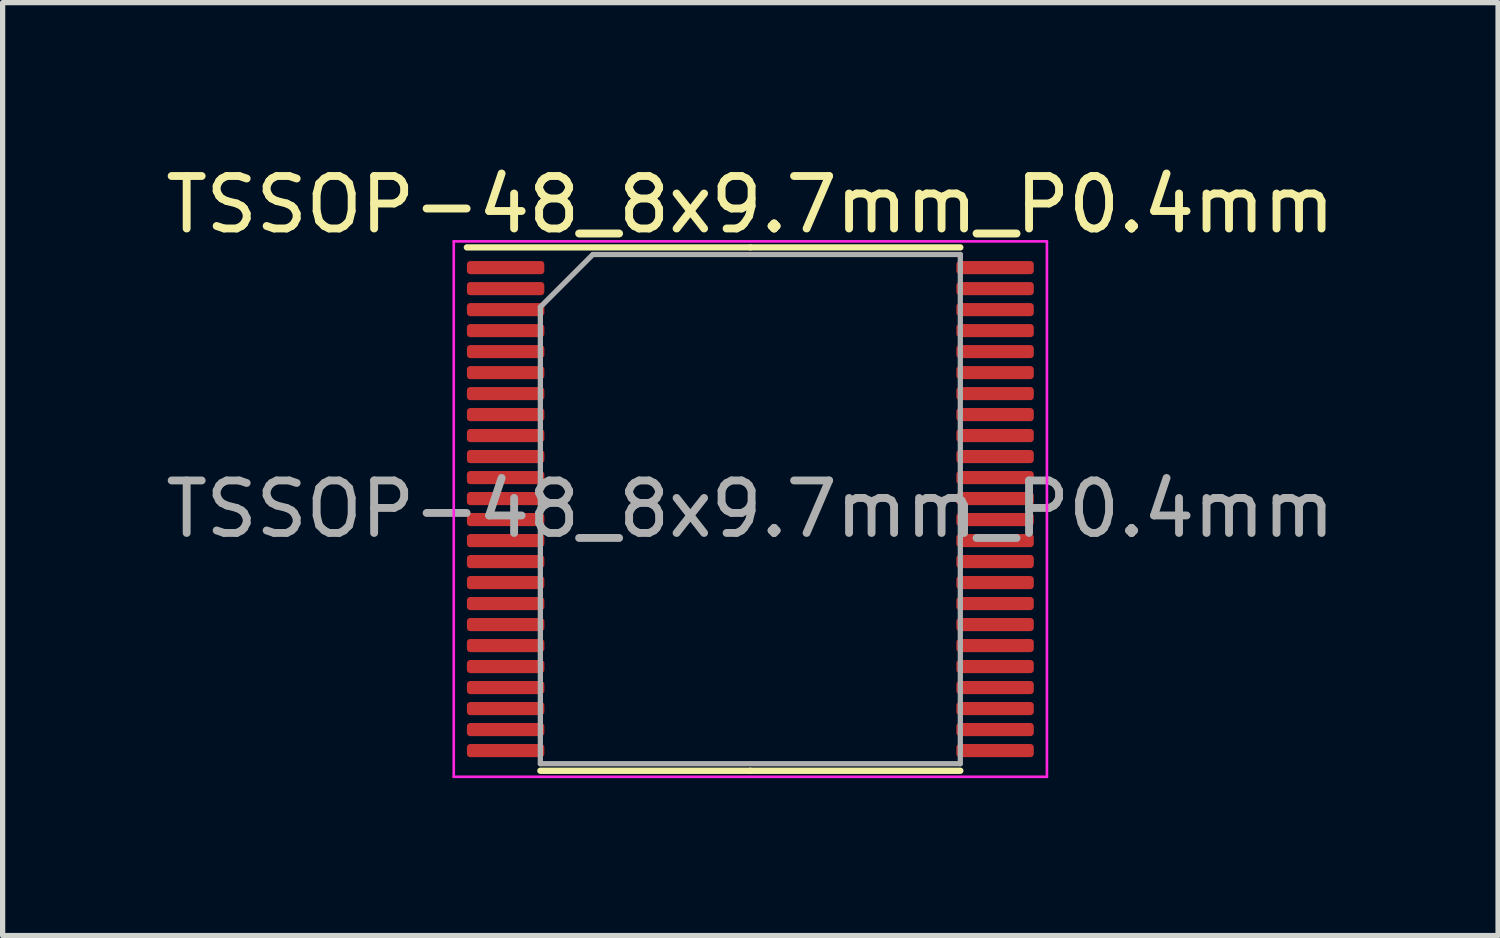
<source format=kicad_pcb>
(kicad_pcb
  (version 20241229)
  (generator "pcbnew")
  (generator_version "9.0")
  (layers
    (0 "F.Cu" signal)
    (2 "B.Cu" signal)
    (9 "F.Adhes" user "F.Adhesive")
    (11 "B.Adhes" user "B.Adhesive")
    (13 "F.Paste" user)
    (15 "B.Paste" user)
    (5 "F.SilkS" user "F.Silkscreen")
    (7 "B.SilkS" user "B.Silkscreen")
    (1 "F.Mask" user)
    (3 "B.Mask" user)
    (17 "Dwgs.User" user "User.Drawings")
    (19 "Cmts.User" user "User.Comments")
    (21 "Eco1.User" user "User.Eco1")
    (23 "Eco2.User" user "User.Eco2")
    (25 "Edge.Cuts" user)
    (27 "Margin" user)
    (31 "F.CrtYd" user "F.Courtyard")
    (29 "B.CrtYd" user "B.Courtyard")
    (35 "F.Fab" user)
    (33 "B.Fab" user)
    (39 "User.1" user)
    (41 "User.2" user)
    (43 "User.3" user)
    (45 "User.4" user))
  (footprint "TSSOP-48_8x9.7mm_P0.4mm"
    (layer "F.Cu")
    (at 11.244 6.648)
    (property "Reference" "TSSOP-48_8x9.7mm_P0.4mm" (at 0 -5.8 0) (layer "F.SilkS") (effects (font (size 1 1) (thickness 0.15))))
    (attr smd)
    (fp_line (start 0 -4.985) (end -5.4 -4.985) (stroke (width 0.12) (type solid)) (layer "F.SilkS"))
    (fp_line (start 0 -4.985) (end 4 -4.985) (stroke (width 0.12) (type solid)) (layer "F.SilkS"))
    (fp_line (start 0 4.985) (end -4 4.985) (stroke (width 0.12) (type solid)) (layer "F.SilkS"))
    (fp_line (start 0 4.985) (end 4 4.985) (stroke (width 0.12) (type solid)) (layer "F.SilkS"))
    (fp_line (start -5.65 -5.1) (end -5.65 5.1) (stroke (width 0.05) (type solid)) (layer "F.CrtYd"))
    (fp_line (start -5.65 5.1) (end 5.65 5.1) (stroke (width 0.05) (type solid)) (layer "F.CrtYd"))
    (fp_line (start 5.65 -5.1) (end -5.65 -5.1) (stroke (width 0.05) (type solid)) (layer "F.CrtYd"))
    (fp_line (start 5.65 5.1) (end 5.65 -5.1) (stroke (width 0.05) (type solid)) (layer "F.CrtYd"))
    (fp_line (start -4 -3.85) (end -3 -4.85) (stroke (width 0.1) (type solid)) (layer "F.Fab"))
    (fp_line (start -4 4.85) (end -4 -3.85) (stroke (width 0.1) (type solid)) (layer "F.Fab"))
    (fp_line (start -3 -4.85) (end 4 -4.85) (stroke (width 0.1) (type solid)) (layer "F.Fab"))
    (fp_line (start 4 -4.85) (end 4 4.85) (stroke (width 0.1) (type solid)) (layer "F.Fab"))
    (fp_line (start 4 4.85) (end -4 4.85) (stroke (width 0.1) (type solid)) (layer "F.Fab"))
    (fp_text user "${REFERENCE}" (at 0 0 0) (layer "F.Fab") (effects (font (size 1 1) (thickness 0.15))))
    (pad "1" smd roundrect (at -4.662 -4.6) (size 1.475 0.25) (layers "F.Cu" "F.Mask" "F.Paste") (roundrect_rratio 0.25))
    (pad "2" smd roundrect (at -4.662 -4.2) (size 1.475 0.25) (layers "F.Cu" "F.Mask" "F.Paste") (roundrect_rratio 0.25))
    (pad "3" smd roundrect (at -4.662 -3.8) (size 1.475 0.25) (layers "F.Cu" "F.Mask" "F.Paste") (roundrect_rratio 0.25))
    (pad "4" smd roundrect (at -4.662 -3.4) (size 1.475 0.25) (layers "F.Cu" "F.Mask" "F.Paste") (roundrect_rratio 0.25))
    (pad "5" smd roundrect (at -4.662 -3) (size 1.475 0.25) (layers "F.Cu" "F.Mask" "F.Paste") (roundrect_rratio 0.25))
    (pad "6" smd roundrect (at -4.662 -2.6) (size 1.475 0.25) (layers "F.Cu" "F.Mask" "F.Paste") (roundrect_rratio 0.25))
    (pad "7" smd roundrect (at -4.662 -2.2) (size 1.475 0.25) (layers "F.Cu" "F.Mask" "F.Paste") (roundrect_rratio 0.25))
    (pad "8" smd roundrect (at -4.662 -1.8) (size 1.475 0.25) (layers "F.Cu" "F.Mask" "F.Paste") (roundrect_rratio 0.25))
    (pad "9" smd roundrect (at -4.662 -1.4) (size 1.475 0.25) (layers "F.Cu" "F.Mask" "F.Paste") (roundrect_rratio 0.25))
    (pad "10" smd roundrect (at -4.662 -1) (size 1.475 0.25) (layers "F.Cu" "F.Mask" "F.Paste") (roundrect_rratio 0.25))
    (pad "11" smd roundrect (at -4.662 -0.6) (size 1.475 0.25) (layers "F.Cu" "F.Mask" "F.Paste") (roundrect_rratio 0.25))
    (pad "12" smd roundrect (at -4.662 -0.2) (size 1.475 0.25) (layers "F.Cu" "F.Mask" "F.Paste") (roundrect_rratio 0.25))
    (pad "13" smd roundrect (at -4.662 0.2) (size 1.475 0.25) (layers "F.Cu" "F.Mask" "F.Paste") (roundrect_rratio 0.25))
    (pad "14" smd roundrect (at -4.662 0.6) (size 1.475 0.25) (layers "F.Cu" "F.Mask" "F.Paste") (roundrect_rratio 0.25))
    (pad "15" smd roundrect (at -4.662 1) (size 1.475 0.25) (layers "F.Cu" "F.Mask" "F.Paste") (roundrect_rratio 0.25))
    (pad "16" smd roundrect (at -4.662 1.4) (size 1.475 0.25) (layers "F.Cu" "F.Mask" "F.Paste") (roundrect_rratio 0.25))
    (pad "17" smd roundrect (at -4.662 1.8) (size 1.475 0.25) (layers "F.Cu" "F.Mask" "F.Paste") (roundrect_rratio 0.25))
    (pad "18" smd roundrect (at -4.662 2.2) (size 1.475 0.25) (layers "F.Cu" "F.Mask" "F.Paste") (roundrect_rratio 0.25))
    (pad "19" smd roundrect (at -4.662 2.6) (size 1.475 0.25) (layers "F.Cu" "F.Mask" "F.Paste") (roundrect_rratio 0.25))
    (pad "20" smd roundrect (at -4.662 3) (size 1.475 0.25) (layers "F.Cu" "F.Mask" "F.Paste") (roundrect_rratio 0.25))
    (pad "21" smd roundrect (at -4.662 3.4) (size 1.475 0.25) (layers "F.Cu" "F.Mask" "F.Paste") (roundrect_rratio 0.25))
    (pad "22" smd roundrect (at -4.662 3.8) (size 1.475 0.25) (layers "F.Cu" "F.Mask" "F.Paste") (roundrect_rratio 0.25))
    (pad "23" smd roundrect (at -4.662 4.2) (size 1.475 0.25) (layers "F.Cu" "F.Mask" "F.Paste") (roundrect_rratio 0.25))
    (pad "24" smd roundrect (at -4.662 4.6) (size 1.475 0.25) (layers "F.Cu" "F.Mask" "F.Paste") (roundrect_rratio 0.25))
    (pad "25" smd roundrect (at 4.662 4.6) (size 1.475 0.25) (layers "F.Cu" "F.Mask" "F.Paste") (roundrect_rratio 0.25))
    (pad "26" smd roundrect (at 4.662 4.2) (size 1.475 0.25) (layers "F.Cu" "F.Mask" "F.Paste") (roundrect_rratio 0.25))
    (pad "27" smd roundrect (at 4.662 3.8) (size 1.475 0.25) (layers "F.Cu" "F.Mask" "F.Paste") (roundrect_rratio 0.25))
    (pad "28" smd roundrect (at 4.662 3.4) (size 1.475 0.25) (layers "F.Cu" "F.Mask" "F.Paste") (roundrect_rratio 0.25))
    (pad "29" smd roundrect (at 4.662 3) (size 1.475 0.25) (layers "F.Cu" "F.Mask" "F.Paste") (roundrect_rratio 0.25))
    (pad "30" smd roundrect (at 4.662 2.6) (size 1.475 0.25) (layers "F.Cu" "F.Mask" "F.Paste") (roundrect_rratio 0.25))
    (pad "31" smd roundrect (at 4.662 2.2) (size 1.475 0.25) (layers "F.Cu" "F.Mask" "F.Paste") (roundrect_rratio 0.25))
    (pad "32" smd roundrect (at 4.662 1.8) (size 1.475 0.25) (layers "F.Cu" "F.Mask" "F.Paste") (roundrect_rratio 0.25))
    (pad "33" smd roundrect (at 4.662 1.4) (size 1.475 0.25) (layers "F.Cu" "F.Mask" "F.Paste") (roundrect_rratio 0.25))
    (pad "34" smd roundrect (at 4.662 1) (size 1.475 0.25) (layers "F.Cu" "F.Mask" "F.Paste") (roundrect_rratio 0.25))
    (pad "35" smd roundrect (at 4.662 0.6) (size 1.475 0.25) (layers "F.Cu" "F.Mask" "F.Paste") (roundrect_rratio 0.25))
    (pad "36" smd roundrect (at 4.662 0.2) (size 1.475 0.25) (layers "F.Cu" "F.Mask" "F.Paste") (roundrect_rratio 0.25))
    (pad "37" smd roundrect (at 4.662 -0.2) (size 1.475 0.25) (layers "F.Cu" "F.Mask" "F.Paste") (roundrect_rratio 0.25))
    (pad "38" smd roundrect (at 4.662 -0.6) (size 1.475 0.25) (layers "F.Cu" "F.Mask" "F.Paste") (roundrect_rratio 0.25))
    (pad "39" smd roundrect (at 4.662 -1) (size 1.475 0.25) (layers "F.Cu" "F.Mask" "F.Paste") (roundrect_rratio 0.25))
    (pad "40" smd roundrect (at 4.662 -1.4) (size 1.475 0.25) (layers "F.Cu" "F.Mask" "F.Paste") (roundrect_rratio 0.25))
    (pad "41" smd roundrect (at 4.662 -1.8) (size 1.475 0.25) (layers "F.Cu" "F.Mask" "F.Paste") (roundrect_rratio 0.25))
    (pad "42" smd roundrect (at 4.662 -2.2) (size 1.475 0.25) (layers "F.Cu" "F.Mask" "F.Paste") (roundrect_rratio 0.25))
    (pad "43" smd roundrect (at 4.662 -2.6) (size 1.475 0.25) (layers "F.Cu" "F.Mask" "F.Paste") (roundrect_rratio 0.25))
    (pad "44" smd roundrect (at 4.662 -3) (size 1.475 0.25) (layers "F.Cu" "F.Mask" "F.Paste") (roundrect_rratio 0.25))
    (pad "45" smd roundrect (at 4.662 -3.4) (size 1.475 0.25) (layers "F.Cu" "F.Mask" "F.Paste") (roundrect_rratio 0.25))
    (pad "46" smd roundrect (at 4.662 -3.8) (size 1.475 0.25) (layers "F.Cu" "F.Mask" "F.Paste") (roundrect_rratio 0.25))
    (pad "47" smd roundrect (at 4.662 -4.2) (size 1.475 0.25) (layers "F.Cu" "F.Mask" "F.Paste") (roundrect_rratio 0.25))
    (pad "48" smd roundrect (at 4.662 -4.6) (size 1.475 0.25) (layers "F.Cu" "F.Mask" "F.Paste") (roundrect_rratio 0.25)))
  (gr_rect
    (start -3 -3)
    (end 25.488 14.773)
    (stroke (width 0.1) (type default))
    (fill no)
    (layer "Edge.Cuts")))
</source>
